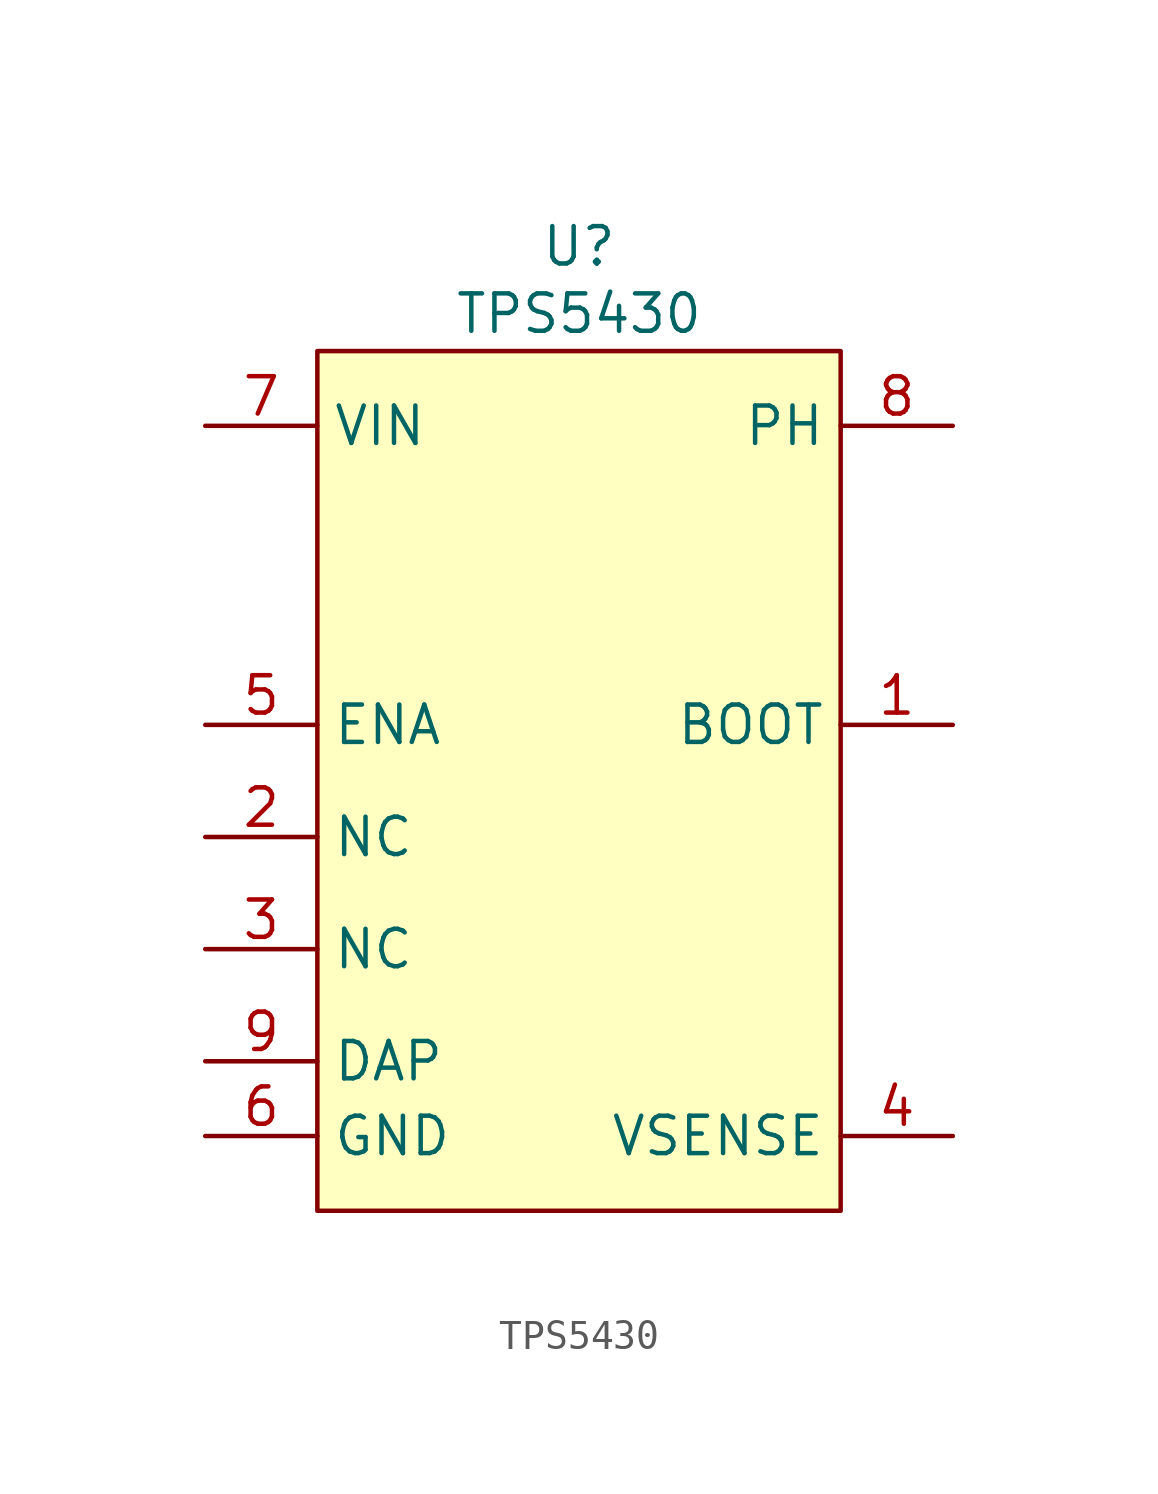
<source format=kicad_sym>
(kicad_symbol_lib
  (version 20241209)
  (generator "kicad_symbol_editor")
  (generator_version "9.0")
  (symbol "TPS5430"
    (property "Reference" "U"
      (at 0 3.556 0)
      (effects (font (size 1.27 1.27))))
    (property "Value" "TPS5430"
      (at 0 1.27 0)
      (effects (font (size 1.27 1.27))))
    (symbol "TPS5430_1_1"
      (rectangle (start -8.89 0) (end 8.89 -29.21) (stroke (width 0) (type solid)) (fill (type color) (color 255 255 194 1)))
      (pin output line (at -12.7 -2.54 0) (length 3.81) (name "VIN" (effects (font (size 1.27 1.27)))) (number "7" (effects (font (size 1.27 1.27)))))
      (pin output line (at -12.7 -12.7 0) (length 3.81) (name "ENA" (effects (font (size 1.27 1.27)))) (number "5" (effects (font (size 1.27 1.27)))))
      (pin output line (at -12.7 -16.51 0) (length 3.81) (name "NC" (effects (font (size 1.27 1.27)))) (number "2" (effects (font (size 1.27 1.27)))))
      (pin output line (at -12.7 -20.32 0) (length 3.81) (name "NC" (effects (font (size 1.27 1.27)))) (number "3" (effects (font (size 1.27 1.27)))))
      (pin output line (at -12.7 -24.13 0) (length 3.81) (name "DAP" (effects (font (size 1.27 1.27)))) (number "9" (effects (font (size 1.27 1.27)))))
      (pin output line (at -12.7 -26.67 0) (length 3.81) (name "GND" (effects (font (size 1.27 1.27)))) (number "6" (effects (font (size 1.27 1.27)))))
      (pin output line (at 12.7 -2.54 180) (length 3.81) (name "PH" (effects (font (size 1.27 1.27)))) (number "8" (effects (font (size 1.27 1.27)))))
      (pin output line (at 12.7 -12.7 180) (length 3.81) (name "BOOT" (effects (font (size 1.27 1.27)))) (number "1" (effects (font (size 1.27 1.27)))))
      (pin output line (at 12.7 -26.67 180) (length 3.81) (name "VSENSE" (effects (font (size 1.27 1.27)))) (number "4" (effects (font (size 1.27 1.27))))))))
</source>
